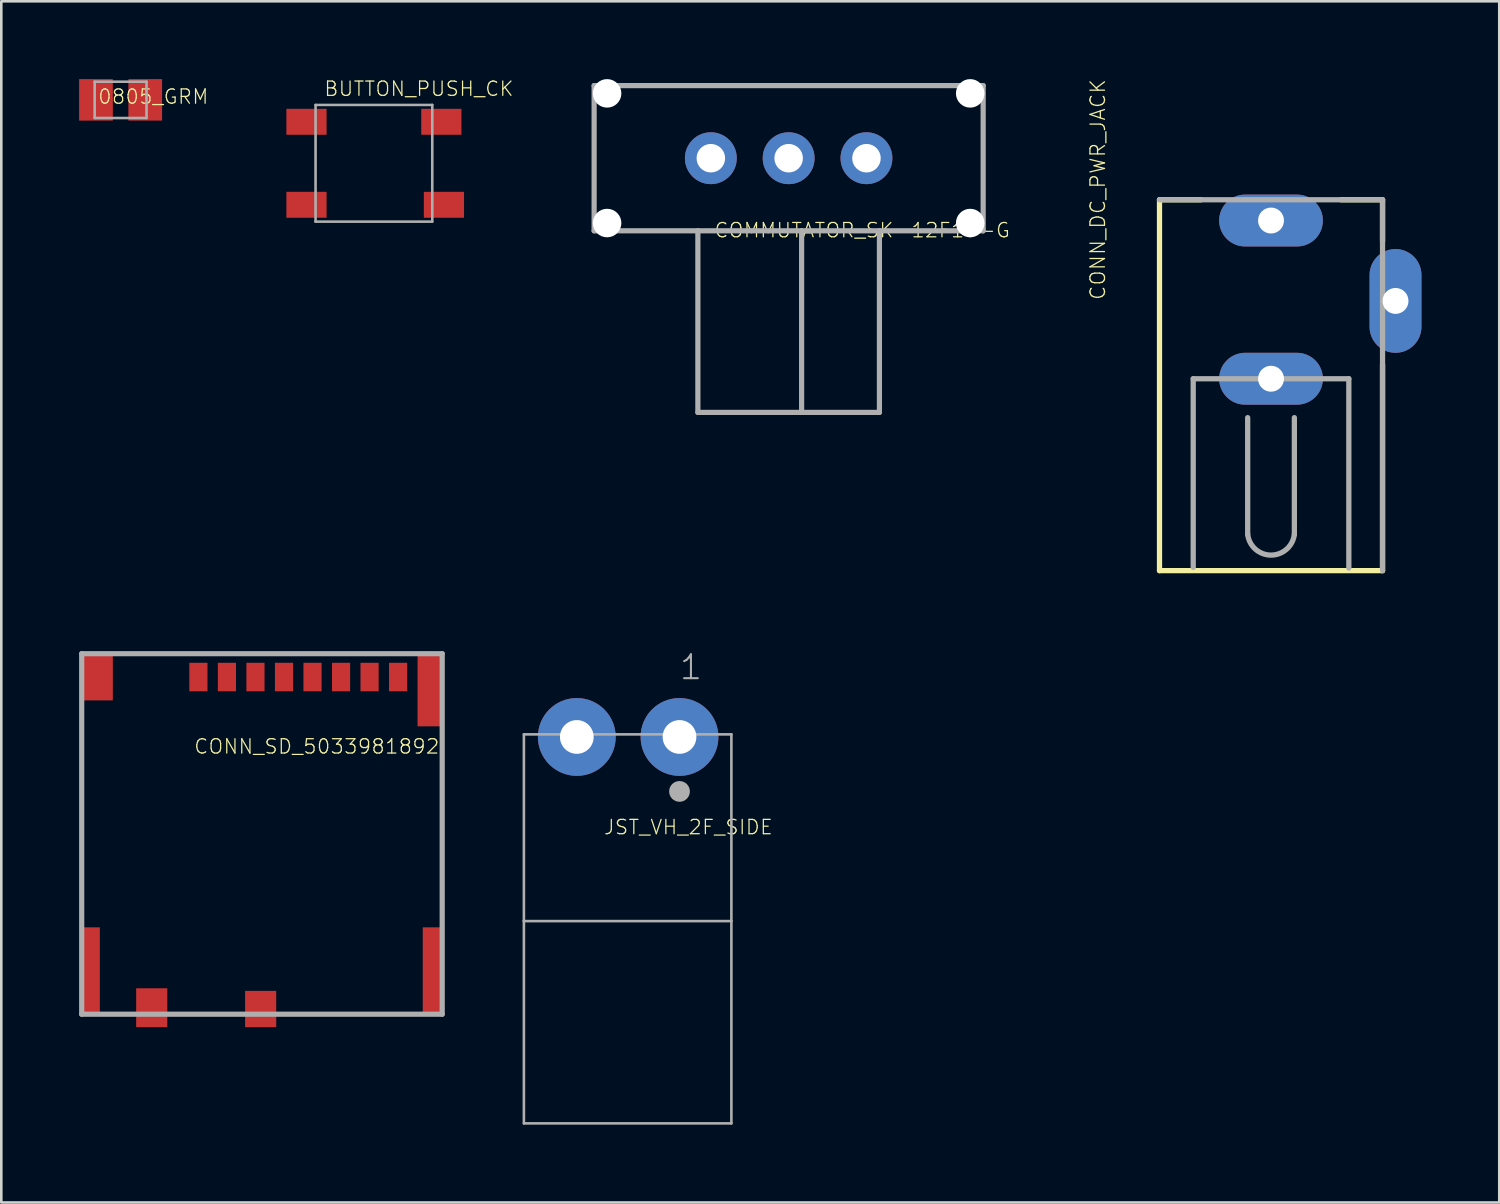
<source format=kicad_pcb>
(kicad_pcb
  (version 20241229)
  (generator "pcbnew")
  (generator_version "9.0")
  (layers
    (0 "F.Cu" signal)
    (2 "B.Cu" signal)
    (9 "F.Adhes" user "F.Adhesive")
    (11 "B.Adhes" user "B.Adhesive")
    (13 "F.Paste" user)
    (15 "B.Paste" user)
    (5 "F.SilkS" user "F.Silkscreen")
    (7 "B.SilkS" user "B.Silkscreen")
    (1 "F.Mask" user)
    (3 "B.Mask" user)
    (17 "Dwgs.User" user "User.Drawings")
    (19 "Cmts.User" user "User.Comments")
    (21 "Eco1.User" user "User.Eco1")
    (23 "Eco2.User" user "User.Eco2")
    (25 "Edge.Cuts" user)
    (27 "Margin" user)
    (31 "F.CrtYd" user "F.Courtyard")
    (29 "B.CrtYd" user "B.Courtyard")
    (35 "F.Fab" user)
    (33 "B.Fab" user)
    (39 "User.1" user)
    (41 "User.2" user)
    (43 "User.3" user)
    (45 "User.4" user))
  (footprint "JST_VH_2F_SIDE"
    (layer "F.Cu")
    (at 21.15 25.265)
    (property "Reference" "JST_VH_2F_SIDE" (at -0.95 3.9 0) (unlocked yes) (layer "F.SilkS") (effects (font (size 0.552 0.552) (thickness 0.048)) (justify left bottom)))
    (fp_line (start -4 0) (end 4 0) (stroke (width 0.1) (type solid)) (layer "F.Fab"))
    (fp_line (start -4 7.2) (end -4 0) (stroke (width 0.1) (type solid)) (layer "F.Fab"))
    (fp_line (start -4 15) (end -4 7.2) (stroke (width 0.1) (type solid)) (layer "F.Fab"))
    (fp_line (start 4 0) (end 4 7.2) (stroke (width 0.1) (type solid)) (layer "F.Fab"))
    (fp_line (start 4 7.2) (end -4 7.2) (stroke (width 0.1) (type solid)) (layer "F.Fab"))
    (fp_line (start 4 7.2) (end 4 15) (stroke (width 0.1) (type solid)) (layer "F.Fab"))
    (fp_line (start 4 15) (end -4 15) (stroke (width 0.1) (type solid)) (layer "F.Fab"))
    (fp_circle (center 2 2.2) (end 2.2 2.2) (stroke (width 0.4) (type solid)) (fill no) (layer "F.Fab"))
    (fp_line (start -4 0) (end -4 14.9) (stroke (width 0.1) (type solid)) (layer "User.1"))
    (fp_line (start -4 0) (end 0 0) (stroke (width 0.1) (type solid)) (layer "User.1"))
    (fp_line (start -4 15) (end 4 15) (stroke (width 0.1) (type solid)) (layer "User.1"))
    (fp_line (start 0 0) (end 0 -0.3) (stroke (width 0.1) (type solid)) (layer "User.1"))
    (fp_line (start 0 0) (end 4 0) (stroke (width 0.1) (type solid)) (layer "User.1"))
    (fp_line (start 0 0.3) (end 0 0) (stroke (width 0.1) (type solid)) (layer "User.1"))
    (fp_line (start 4 0) (end 4 7.2) (stroke (width 0.1) (type solid)) (layer "User.1"))
    (fp_line (start 4 7.2) (end -3.9 7.2) (stroke (width 0.1) (type solid)) (layer "User.1"))
    (fp_line (start 4 7.2) (end 4 15) (stroke (width 0.1) (type solid)) (layer "User.1"))
    (fp_text user "1" (at 1.95 -2.05 0) (unlocked yes) (layer "F.Fab") (effects (font (size 0.92 0.92) (thickness 0.08)) (justify left bottom)))
    (pad "1" thru_hole circle (at -1.96 0.1) (size 3 3) (drill 1.3) (layers "*.Cu" "*.Mask"))
    (pad "2" thru_hole circle (at 2 0.1) (size 3 3) (drill 1.3) (layers "*.Cu" "*.Mask")))
  (footprint "CONN_SD_5033981892"
    (layer "F.Cu")
    (at 7.1 29.055)
    (property "Reference" "CONN_SD_5033981892" (at -2.7 -3 0) (unlocked yes) (layer "F.SilkS") (effects (font (size 0.552 0.552) (thickness 0.048)) (justify left bottom)))
    (fp_line (start -7 -6.9) (end 6.9 -6.9) (stroke (width 0.2) (type solid)) (layer "F.Fab"))
    (fp_line (start -7 7) (end -7 -6.9) (stroke (width 0.2) (type solid)) (layer "F.Fab"))
    (fp_line (start 6.9 -6.9) (end 6.9 7) (stroke (width 0.2) (type solid)) (layer "F.Fab"))
    (fp_line (start 6.9 7) (end -7 7) (stroke (width 0.2) (type solid)) (layer "F.Fab"))
    (fp_line (start -7 -6.9) (end 6.9 -6.9) (stroke (width 0.2) (type solid)) (layer "User.1"))
    (fp_line (start -7 7) (end -7 -6.9) (stroke (width 0.2) (type solid)) (layer "User.1"))
    (fp_line (start -0.3 0) (end 0.3 0) (stroke (width 0.2) (type solid)) (layer "User.1"))
    (fp_line (start 0 0.3) (end 0 -0.3) (stroke (width 0.2) (type solid)) (layer "User.1"))
    (fp_line (start 6.9 -6.9) (end 6.9 7) (stroke (width 0.2) (type solid)) (layer "User.1"))
    (fp_line (start 6.9 7) (end -7 7) (stroke (width 0.2) (type solid)) (layer "User.1"))
    (pad "1" smd rect (at -2.5 -6 90) (size 1.1 0.7) (layers "F.Cu" "F.Mask" "F.Paste"))
    (pad "2" smd rect (at -1.4 -6 90) (size 1.1 0.7) (layers "F.Cu" "F.Mask" "F.Paste"))
    (pad "3" smd rect (at -0.3 -6 90) (size 1.1 0.7) (layers "F.Cu" "F.Mask" "F.Paste"))
    (pad "4" smd rect (at 0.8 -6 90) (size 1.1 0.7) (layers "F.Cu" "F.Mask" "F.Paste"))
    (pad "5" smd rect (at 1.9 -6 90) (size 1.1 0.7) (layers "F.Cu" "F.Mask" "F.Paste"))
    (pad "6" smd rect (at 3 -6 90) (size 1.1 0.7) (layers "F.Cu" "F.Mask" "F.Paste"))
    (pad "7" smd rect (at 4.1 -6 90) (size 1.1 0.7) (layers "F.Cu" "F.Mask" "F.Paste"))
    (pad "8" smd rect (at 5.2 -6 90) (size 1.1 0.7) (layers "F.Cu" "F.Mask" "F.Paste"))
    (pad "9" smd rect (at -4.3 6.75 90) (size 1.5 1.2) (layers "F.Cu" "F.Mask" "F.Paste"))
    (pad "10" smd rect (at -0.1 6.8 90) (size 1.4 1.2) (layers "F.Cu" "F.Mask" "F.Paste"))
    (pad "SH1" smd rect (at -6.4 -6 90) (size 1.8 1.2) (layers "F.Cu" "F.Mask" "F.Paste"))
    (pad "SH2" smd rect (at 6.4 -5.5 90) (size 2.8 0.9) (layers "F.Cu" "F.Mask" "F.Paste"))
    (pad "SH3" smd rect (at -6.65 5.3 90) (size 3.3 0.7) (layers "F.Cu" "F.Mask" "F.Paste"))
    (pad "SH4" smd rect (at 6.5 5.3 90) (size 3.3 0.7) (layers "F.Cu" "F.Mask" "F.Paste")))
  (footprint "0805_GRM"
    (layer "F.Cu")
    (at 1.6 0.8)
    (property "Reference" "0805_GRM" (at -0.9 0.2 0) (unlocked yes) (layer "F.SilkS") (effects (font (size 0.552 0.552) (thickness 0.048)) (justify left bottom)))
    (fp_line (start -1 -0.7) (end -1 0.7) (stroke (width 0.1) (type solid)) (layer "F.Fab"))
    (fp_line (start -1 -0.7) (end 1 -0.7) (stroke (width 0.1) (type solid)) (layer "F.Fab"))
    (fp_line (start -1 0.7) (end 1 0.7) (stroke (width 0.1) (type solid)) (layer "F.Fab"))
    (fp_line (start 1 0.7) (end 1 -0.7) (stroke (width 0.1) (type solid)) (layer "F.Fab"))
    (fp_line (start -1 -0.7) (end 1 -0.7) (stroke (width 0.1) (type solid)) (layer "User.1"))
    (fp_line (start -1 0.7) (end -1 -0.7) (stroke (width 0.1) (type solid)) (layer "User.1"))
    (fp_line (start -0.2 0) (end 0.2 0) (stroke (width 0.1) (type solid)) (layer "User.1"))
    (fp_line (start 0 0.2) (end 0 -0.2) (stroke (width 0.1) (type solid)) (layer "User.1"))
    (fp_line (start 1 -0.7) (end 1 0.7) (stroke (width 0.1) (type solid)) (layer "User.1"))
    (fp_line (start 1 0.7) (end -1 0.7) (stroke (width 0.1) (type solid)) (layer "User.1"))
    (pad "1" smd rect (at -0.95 0) (size 1.3 1.6) (layers "F.Cu" "F.Mask" "F.Paste"))
    (pad "2" smd rect (at 0.95 0) (size 1.3 1.6) (layers "F.Cu" "F.Mask" "F.Paste")))
  (footprint "CONN_DC_PWR_JACK"
    (layer "F.Cu")
    (at 45.957 9.823)
    (property "Reference" "CONN_DC_PWR_JACK" (at -6.35 -1.27 90) (unlocked yes) (layer "F.SilkS") (effects (font (size 0.561 0.561) (thickness 0.049)) (justify left bottom)))
    (fp_line (start -4.3 -5.17) (end -4.3 9.13) (stroke (width 0.203) (type solid)) (layer "F.SilkS"))
    (fp_line (start -4.3 9.13) (end 4.3 9.13) (stroke (width 0.203) (type solid)) (layer "F.SilkS"))
    (fp_line (start -2.7 -5.17) (end -4.3 -5.17) (stroke (width 0.203) (type solid)) (layer "F.SilkS"))
    (fp_line (start 4.3 -5.17) (end 2.7 -5.17) (stroke (width 0.203) (type solid)) (layer "F.SilkS"))
    (fp_line (start 4.3 -3.57) (end 4.3 -5.17) (stroke (width 0.203) (type solid)) (layer "F.SilkS"))
    (fp_line (start 4.3 9.13) (end 4.3 1.18) (stroke (width 0.203) (type solid)) (layer "F.SilkS"))
    (fp_line (start -3 9.005) (end -3 1.73) (stroke (width 0.203) (type solid)) (layer "F.Fab"))
    (fp_line (start -0.9 7.73) (end -0.9 3.23) (stroke (width 0.203) (type solid)) (layer "F.Fab"))
    (fp_line (start 0.9 7.73) (end 0.9 3.23) (stroke (width 0.203) (type solid)) (layer "F.Fab"))
    (fp_line (start 3 1.73) (end -3 1.73) (stroke (width 0.203) (type solid)) (layer "F.Fab"))
    (fp_line (start 3 9.03) (end 3 1.73) (stroke (width 0.203) (type solid)) (layer "F.Fab"))
    (fp_line (start 4.3 -5.17) (end -4.3 -5.17) (stroke (width 0.203) (type solid)) (layer "F.Fab"))
    (fp_line (start 4.3 9.13) (end 4.3 -5.17) (stroke (width 0.203) (type solid)) (layer "F.Fab"))
    (fp_arc (start 0.9 7.729998) (mid 0.000001 8.530308) (end -0.9 7.73) (stroke (width 0.2032) (type solid)) (layer "F.Fab"))
    (pad "1" thru_hole oval (at 0 -4.37 180) (size 4 2) (drill 1) (layers "*.Cu" "*.Mask"))
    (pad "2" thru_hole oval (at 0 1.73 180) (size 4 2) (drill 1) (layers "*.Cu" "*.Mask"))
    (pad "3" thru_hole oval (at 4.8 -1.27 90) (size 4 2) (drill 1) (layers "*.Cu" "*.Mask")))
  (footprint "BUTTON_PUSH_CK"
    (layer "F.Cu")
    (at 11.367 3.246)
    (property "Reference" "BUTTON_PUSH_CK" (at -1.95 -2.55 0) (unlocked yes) (layer "F.SilkS") (effects (font (size 0.552 0.552) (thickness 0.048)) (justify left bottom)))
    (fp_line (start -2.25 -2.25) (end 2.25 -2.25) (stroke (width 0.1) (type solid)) (layer "F.Fab"))
    (fp_line (start -2.25 2.25) (end -2.25 -2.25) (stroke (width 0.1) (type solid)) (layer "F.Fab"))
    (fp_line (start 2.25 -2.25) (end 2.25 2.25) (stroke (width 0.1) (type solid)) (layer "F.Fab"))
    (fp_line (start 2.25 2.25) (end -2.25 2.25) (stroke (width 0.1) (type solid)) (layer "F.Fab"))
    (fp_line (start 0 -0.2) (end 0 0) (stroke (width 0.1) (type solid)) (layer "User.1"))
    (fp_line (start 0 0) (end -0.2 0) (stroke (width 0.1) (type solid)) (layer "User.1"))
    (fp_line (start 0 0) (end 0 0.2) (stroke (width 0.1) (type solid)) (layer "User.1"))
    (fp_line (start 0 0) (end 0.2 0) (stroke (width 0.1) (type solid)) (layer "User.1"))
    (pad "1" smd rect (at -2.6 -1.6 90) (size 1 1.55) (layers "F.Cu" "F.Mask" "F.Paste"))
    (pad "2" smd rect (at 2.6 -1.6 90) (size 1 1.55) (layers "F.Cu" "F.Mask" "F.Paste"))
    (pad "3" smd rect (at -2.6 1.6 90) (size 1 1.55) (layers "F.Cu" "F.Mask" "F.Paste"))
    (pad "4" smd rect (at 2.7 1.6 90) (size 1 1.55) (layers "F.Cu" "F.Mask" "F.Paste")))
  (footprint "COMMUTATOR_SK-12F17-G"
    (layer "F.Cu")
    (at 27.358 5.85)
    (property "Reference" "COMMUTATOR_SK-12F17-G" (at -2.9 0.3 0) (unlocked yes) (layer "F.SilkS") (effects (font (size 0.552 0.552) (thickness 0.048)) (justify left bottom)))
    (fp_line (start -7.5 -5.6) (end -7.5 0) (stroke (width 0.2) (type solid)) (layer "F.Fab"))
    (fp_line (start -7.5 0) (end -3.5 0) (stroke (width 0.2) (type solid)) (layer "F.Fab"))
    (fp_line (start -3.5 0) (end -3.5 7) (stroke (width 0.2) (type solid)) (layer "F.Fab"))
    (fp_line (start -3.5 0) (end 0.5 0) (stroke (width 0.2) (type solid)) (layer "F.Fab"))
    (fp_line (start -3.5 7) (end 0.5 7) (stroke (width 0.2) (type solid)) (layer "F.Fab"))
    (fp_line (start 0.5 0) (end 3.5 0) (stroke (width 0.2) (type solid)) (layer "F.Fab"))
    (fp_line (start 0.5 7) (end 0.5 0) (stroke (width 0.2) (type solid)) (layer "F.Fab"))
    (fp_line (start 0.5 7) (end 3.5 7) (stroke (width 0.2) (type solid)) (layer "F.Fab"))
    (fp_line (start 3.5 0) (end 7.5 0) (stroke (width 0.2) (type solid)) (layer "F.Fab"))
    (fp_line (start 3.5 7) (end 3.5 0) (stroke (width 0.2) (type solid)) (layer "F.Fab"))
    (fp_line (start 7.5 -5.6) (end -7.5 -5.6) (stroke (width 0.2) (type solid)) (layer "F.Fab"))
    (fp_line (start 7.5 0) (end 7.5 -5.6) (stroke (width 0.2) (type solid)) (layer "F.Fab"))
    (fp_line (start -7.5 -5.6) (end -7.5 0) (stroke (width 0.2) (type solid)) (layer "User.1"))
    (fp_line (start -7.5 0) (end -3.5 0) (stroke (width 0.2) (type solid)) (layer "User.1"))
    (fp_line (start -3.5 0) (end -3.5 7) (stroke (width 0.2) (type solid)) (layer "User.1"))
    (fp_line (start -3.5 0) (end 3.5 0) (stroke (width 0.2) (type solid)) (layer "User.1"))
    (fp_line (start -3.5 7) (end 3.5 7) (stroke (width 0.2) (type solid)) (layer "User.1"))
    (fp_line (start -0.5 -2.8) (end 0.5 -2.8) (stroke (width 0.127) (type solid)) (layer "User.1"))
    (fp_line (start -0.3 0) (end 0.3 0) (stroke (width 0.127) (type solid)) (layer "User.1"))
    (fp_line (start 0 -3.3) (end 0 -2.3) (stroke (width 0.127) (type solid)) (layer "User.1"))
    (fp_line (start 0 0.3) (end 0 -0.3) (stroke (width 0.127) (type solid)) (layer "User.1"))
    (fp_line (start 3.5 0) (end 7.5 0) (stroke (width 0.2) (type solid)) (layer "User.1"))
    (fp_line (start 3.5 7) (end 3.5 0) (stroke (width 0.2) (type solid)) (layer "User.1"))
    (fp_line (start 7.5 -5.6) (end -7.5 -5.6) (stroke (width 0.2) (type solid)) (layer "User.1"))
    (fp_line (start 7.5 0) (end 7.5 -5.6) (stroke (width 0.2) (type solid)) (layer "User.1"))
    (pad "" np_thru_hole circle (at -7 -5.3) (size 1.1 1.1) (drill 1.1) (layers "*.Cu" "*.Mask"))
    (pad "" np_thru_hole circle (at -7 -0.3) (size 1.1 1.1) (drill 1.1) (layers "*.Cu" "*.Mask"))
    (pad "" np_thru_hole circle (at 7 -5.3) (size 1.1 1.1) (drill 1.1) (layers "*.Cu" "*.Mask"))
    (pad "" np_thru_hole circle (at 7 -0.3) (size 1.1 1.1) (drill 1.1) (layers "*.Cu" "*.Mask"))
    (pad "IN" thru_hole circle (at 0 -2.8) (size 2 2) (drill 1.1) (layers "*.Cu" "*.Mask"))
    (pad "OUT_L" thru_hole circle (at -3 -2.8) (size 2 2) (drill 1.1) (layers "*.Cu" "*.Mask"))
    (pad "OUT_R" thru_hole circle (at 3 -2.8) (size 2 2) (drill 1.1) (layers "*.Cu" "*.Mask")))
  (gr_rect
    (start -3 -3)
    (end 54.757 43.315)
    (stroke (width 0.1) (type default))
    (fill no)
    (layer "Edge.Cuts")))
</source>
